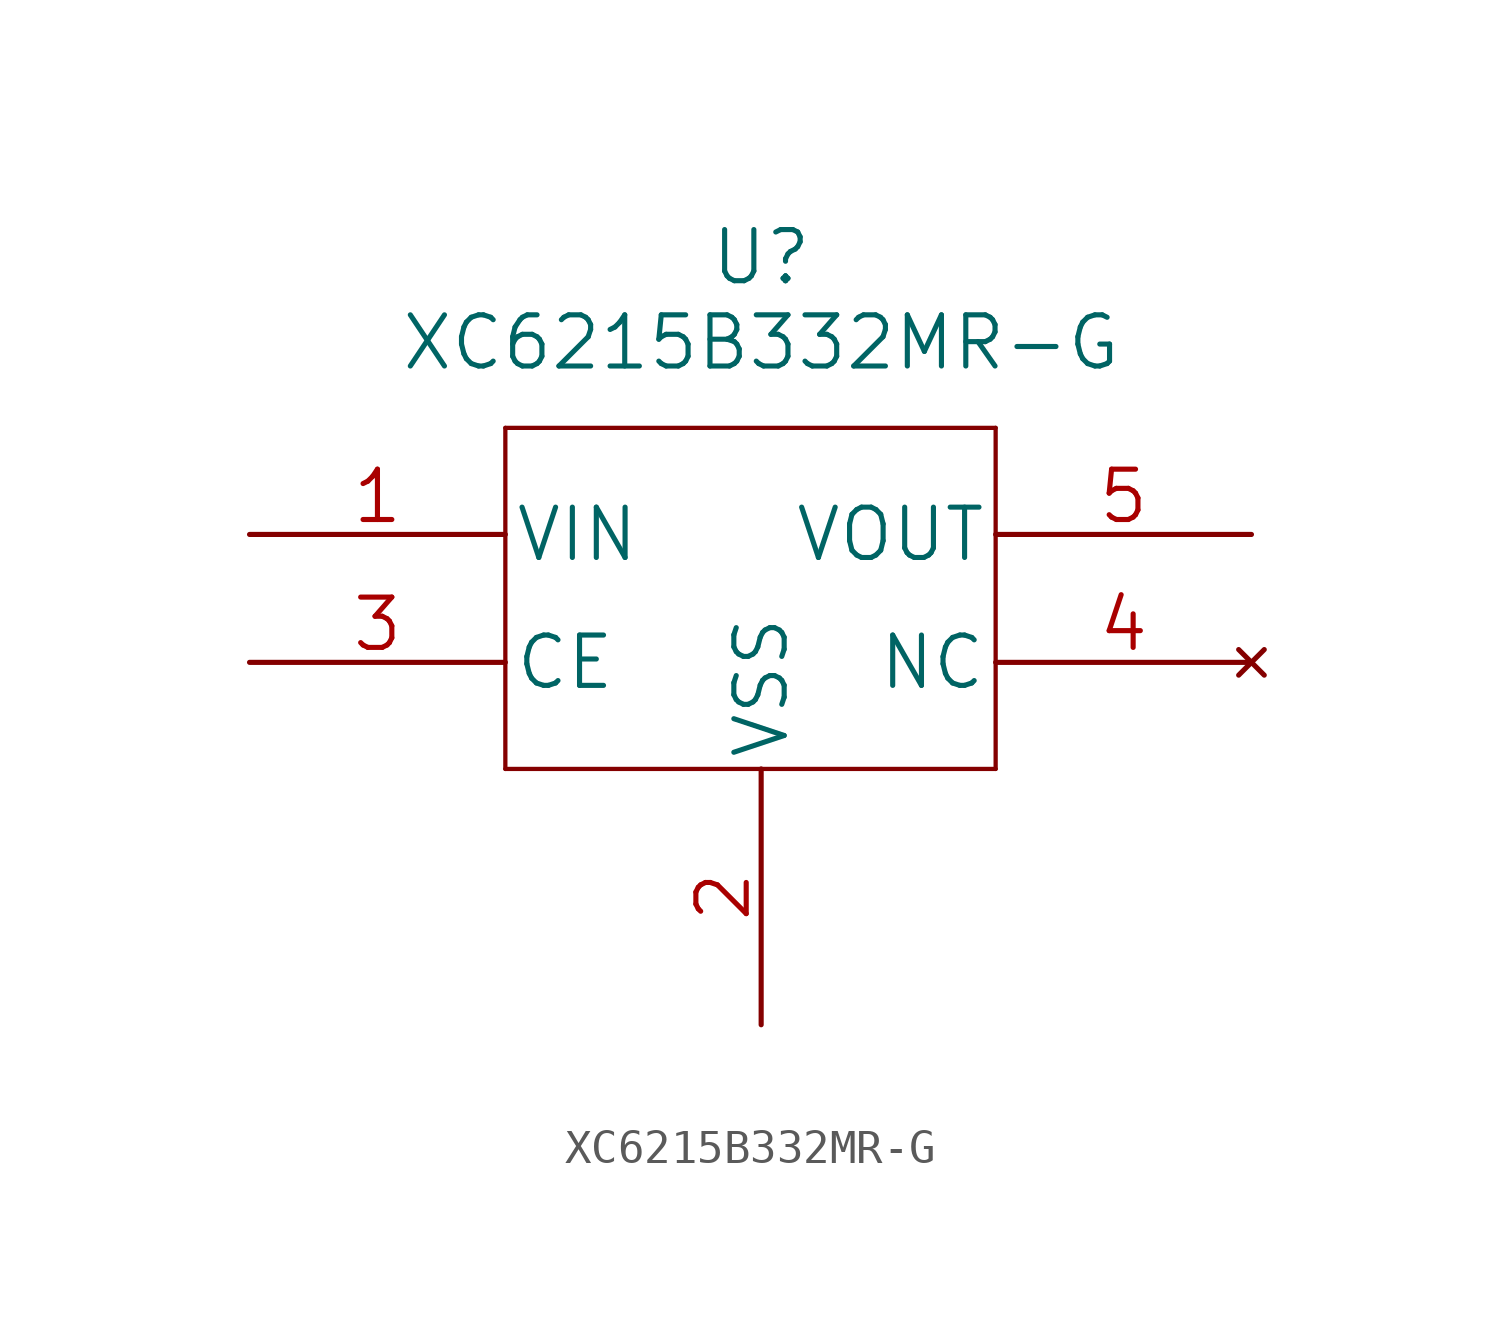
<source format=kicad_sym>
(kicad_symbol_lib
  (version 20211014)
  (generator kicad_symbol_editor)
  (symbol "XC6215B332MR-G"
    (pin_names
      (offset 0.254))
    (property "Reference" "U"
      (at 7.62 5.08 0)
      (effects (font (size 1.524 1.524))))
    (property "Value" "XC6215B332MR-G"
      (at 7.62 2.54 0)
      (effects (font (size 1.524 1.524))))
    (property "Datasheet" ""
      (at -7.62 -5.08 0)
      (effects (font (size 1.524 1.524))))
    (property "ki_locked" ""
      (at 0 0 0)
      (effects (font (size 1.27 1.27))))
    (symbol "XC6215B332MR-G_1_1"
      (polyline (pts (xy 0 -10.16) (xy 14.605 -10.16)) (stroke (width 0.127) (type default) (color 0 0 0 0)) (fill (type none)))
      (polyline (pts (xy 0 0) (xy 0 -10.16)) (stroke (width 0.127) (type default) (color 0 0 0 0)) (fill (type none)))
      (polyline (pts (xy 14.605 -10.16) (xy 14.605 0)) (stroke (width 0.127) (type default) (color 0 0 0 0)) (fill (type none)))
      (polyline (pts (xy 14.605 0) (xy 0 0)) (stroke (width 0.127) (type default) (color 0 0 0 0)) (fill (type none)))
      (pin power_in line (at -7.62 -3.175 0) (length 7.62) (name "VIN" (effects (font (size 1.499 1.499)))) (number "1" (effects (font (size 1.499 1.499)))))
      (pin power_in line (at 7.62 -17.78 90) (length 7.62) (name "VSS" (effects (font (size 1.499 1.499)))) (number "2" (effects (font (size 1.499 1.499)))))
      (pin unspecified line (at -7.62 -6.985 0) (length 7.62) (name "CE" (effects (font (size 1.499 1.499)))) (number "3" (effects (font (size 1.499 1.499)))))
      (pin no_connect line (at 22.225 -6.985 180) (length 7.62) (name "NC" (effects (font (size 1.499 1.499)))) (number "4" (effects (font (size 1.499 1.499)))))
      (pin output line (at 22.225 -3.175 180) (length 7.62) (name "VOUT" (effects (font (size 1.499 1.499)))) (number "5" (effects (font (size 1.499 1.499))))))))
</source>
